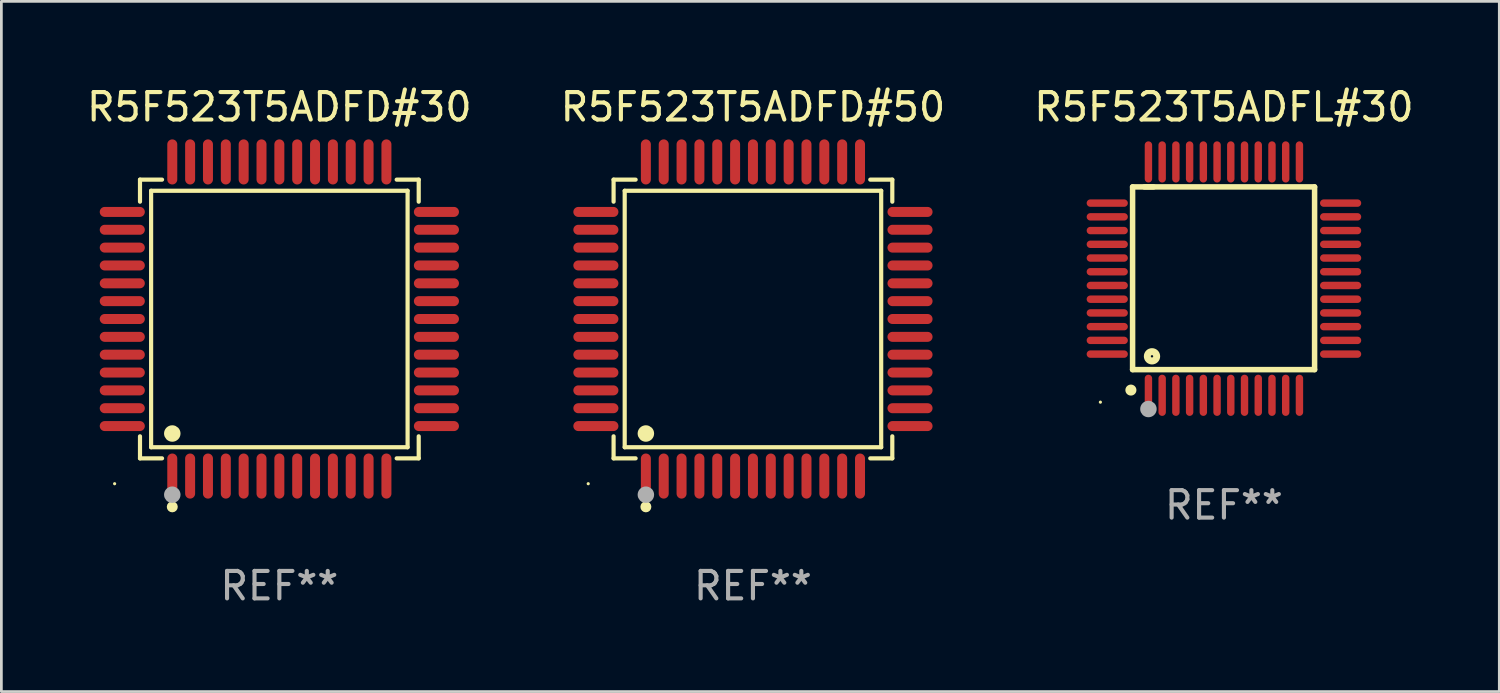
<source format=kicad_pcb>
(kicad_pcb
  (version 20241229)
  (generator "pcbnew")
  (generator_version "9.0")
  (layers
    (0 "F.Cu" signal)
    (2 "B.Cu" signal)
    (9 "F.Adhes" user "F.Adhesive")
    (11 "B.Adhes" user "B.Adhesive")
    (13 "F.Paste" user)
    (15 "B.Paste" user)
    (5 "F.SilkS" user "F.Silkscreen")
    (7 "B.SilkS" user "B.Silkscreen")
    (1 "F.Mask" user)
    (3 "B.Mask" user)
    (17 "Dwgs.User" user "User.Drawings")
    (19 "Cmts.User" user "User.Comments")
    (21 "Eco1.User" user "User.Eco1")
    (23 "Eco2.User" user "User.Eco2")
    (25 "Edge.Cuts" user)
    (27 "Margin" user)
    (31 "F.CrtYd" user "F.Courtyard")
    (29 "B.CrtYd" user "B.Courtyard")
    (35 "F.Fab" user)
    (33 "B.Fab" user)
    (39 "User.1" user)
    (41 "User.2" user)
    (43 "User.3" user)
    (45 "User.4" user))
  (footprint "R5F523T5ADFL#30"
    (layer "F.Cu")
    (at 41.53 7.098)
    (property "Reference" "R5F523T5ADFL#30" (at 0 -6.25 0) (layer "F.SilkS") (effects (font (size 1 1) (thickness 0.15))))
    (attr through_hole)
    (fp_line (start -3.327 -3.34) (end -2.565 -3.34) (stroke (width 0.2) (type solid)) (layer "F.SilkS"))
    (fp_line (start -3.327 3.315) (end -3.327 -3.34) (stroke (width 0.2) (type solid)) (layer "F.SilkS"))
    (fp_line (start -2.896 -3.34) (end 3.302 -3.34) (stroke (width 0.2) (type solid)) (layer "F.SilkS"))
    (fp_line (start 3.302 -3.34) (end 3.302 3.315) (stroke (width 0.2) (type solid)) (layer "F.SilkS"))
    (fp_line (start 3.302 3.315) (end -3.327 3.315) (stroke (width 0.2) (type solid)) (layer "F.SilkS"))
    (fp_arc (start -3.389992 4.059995) (mid -3.388722 4.059991) (end -3.387452 4.059995) (stroke (width 0.4) (type solid)) (layer "F.SilkS"))
    (fp_circle (center -4.5 4.5) (end -4.47 4.5) (stroke (width 0.06) (type solid)) (fill no) (layer "F.SilkS"))
    (fp_circle (center -2.62 2.83) (end -2.45 2.83) (stroke (width 0.254) (type solid)) (fill no) (layer "F.SilkS"))
    (fp_circle (center -2.75 4.75) (end -2.6 4.75) (stroke (width 0.3) (type solid)) (fill no) (layer "F.Fab"))
    (fp_text user "REF**" (at 0 8.25 0) (layer "F.Fab") (effects (font (size 1 1) (thickness 0.15))))
    (pad "1" smd oval (at -2.75 4.25) (size 0.27 1.5) (layers "F.Cu" "F.Mask" "F.Paste"))
    (pad "2" smd oval (at -2.25 4.25) (size 0.27 1.5) (layers "F.Cu" "F.Mask" "F.Paste"))
    (pad "3" smd oval (at -1.75 4.25) (size 0.27 1.5) (layers "F.Cu" "F.Mask" "F.Paste"))
    (pad "4" smd oval (at -1.25 4.25) (size 0.27 1.5) (layers "F.Cu" "F.Mask" "F.Paste"))
    (pad "5" smd oval (at -0.75 4.25) (size 0.27 1.5) (layers "F.Cu" "F.Mask" "F.Paste"))
    (pad "6" smd oval (at -0.25 4.25) (size 0.27 1.5) (layers "F.Cu" "F.Mask" "F.Paste"))
    (pad "7" smd oval (at 0.25 4.25) (size 0.27 1.5) (layers "F.Cu" "F.Mask" "F.Paste"))
    (pad "8" smd oval (at 0.75 4.25) (size 0.27 1.5) (layers "F.Cu" "F.Mask" "F.Paste"))
    (pad "9" smd oval (at 1.25 4.25) (size 0.27 1.5) (layers "F.Cu" "F.Mask" "F.Paste"))
    (pad "10" smd oval (at 1.75 4.25) (size 0.27 1.5) (layers "F.Cu" "F.Mask" "F.Paste"))
    (pad "11" smd oval (at 2.25 4.25) (size 0.27 1.5) (layers "F.Cu" "F.Mask" "F.Paste"))
    (pad "12" smd oval (at 2.75 4.25) (size 0.27 1.5) (layers "F.Cu" "F.Mask" "F.Paste"))
    (pad "13" smd oval (at 4.25 2.75) (size 1.5 0.27) (layers "F.Cu" "F.Mask" "F.Paste"))
    (pad "14" smd oval (at 4.25 2.25) (size 1.5 0.27) (layers "F.Cu" "F.Mask" "F.Paste"))
    (pad "15" smd oval (at 4.25 1.75) (size 1.5 0.27) (layers "F.Cu" "F.Mask" "F.Paste"))
    (pad "16" smd oval (at 4.25 1.25) (size 1.5 0.27) (layers "F.Cu" "F.Mask" "F.Paste"))
    (pad "17" smd oval (at 4.25 0.75) (size 1.5 0.27) (layers "F.Cu" "F.Mask" "F.Paste"))
    (pad "18" smd oval (at 4.25 0.25) (size 1.5 0.27) (layers "F.Cu" "F.Mask" "F.Paste"))
    (pad "19" smd oval (at 4.25 -0.25) (size 1.5 0.27) (layers "F.Cu" "F.Mask" "F.Paste"))
    (pad "20" smd oval (at 4.25 -0.75) (size 1.5 0.27) (layers "F.Cu" "F.Mask" "F.Paste"))
    (pad "21" smd oval (at 4.25 -1.25) (size 1.5 0.27) (layers "F.Cu" "F.Mask" "F.Paste"))
    (pad "22" smd oval (at 4.25 -1.75) (size 1.5 0.27) (layers "F.Cu" "F.Mask" "F.Paste"))
    (pad "23" smd oval (at 4.25 -2.25) (size 1.5 0.27) (layers "F.Cu" "F.Mask" "F.Paste"))
    (pad "24" smd oval (at 4.25 -2.75) (size 1.5 0.27) (layers "F.Cu" "F.Mask" "F.Paste"))
    (pad "25" smd oval (at 2.75 -4.25) (size 0.27 1.5) (layers "F.Cu" "F.Mask" "F.Paste"))
    (pad "26" smd oval (at 2.25 -4.25) (size 0.27 1.5) (layers "F.Cu" "F.Mask" "F.Paste"))
    (pad "27" smd oval (at 1.75 -4.25) (size 0.27 1.5) (layers "F.Cu" "F.Mask" "F.Paste"))
    (pad "28" smd oval (at 1.25 -4.25) (size 0.27 1.5) (layers "F.Cu" "F.Mask" "F.Paste"))
    (pad "29" smd oval (at 0.75 -4.25) (size 0.27 1.5) (layers "F.Cu" "F.Mask" "F.Paste"))
    (pad "30" smd oval (at 0.25 -4.25) (size 0.27 1.5) (layers "F.Cu" "F.Mask" "F.Paste"))
    (pad "31" smd oval (at -0.25 -4.25) (size 0.27 1.5) (layers "F.Cu" "F.Mask" "F.Paste"))
    (pad "32" smd oval (at -0.75 -4.25) (size 0.27 1.5) (layers "F.Cu" "F.Mask" "F.Paste"))
    (pad "33" smd oval (at -1.25 -4.25) (size 0.27 1.5) (layers "F.Cu" "F.Mask" "F.Paste"))
    (pad "34" smd oval (at -1.75 -4.25) (size 0.27 1.5) (layers "F.Cu" "F.Mask" "F.Paste"))
    (pad "35" smd oval (at -2.25 -4.25) (size 0.27 1.5) (layers "F.Cu" "F.Mask" "F.Paste"))
    (pad "36" smd oval (at -2.75 -4.25) (size 0.27 1.5) (layers "F.Cu" "F.Mask" "F.Paste"))
    (pad "37" smd oval (at -4.25 -2.75) (size 1.5 0.27) (layers "F.Cu" "F.Mask" "F.Paste"))
    (pad "38" smd oval (at -4.25 -2.25) (size 1.5 0.27) (layers "F.Cu" "F.Mask" "F.Paste"))
    (pad "39" smd oval (at -4.25 -1.75) (size 1.5 0.27) (layers "F.Cu" "F.Mask" "F.Paste"))
    (pad "40" smd oval (at -4.25 -1.25) (size 1.5 0.27) (layers "F.Cu" "F.Mask" "F.Paste"))
    (pad "41" smd oval (at -4.25 -0.75) (size 1.5 0.27) (layers "F.Cu" "F.Mask" "F.Paste"))
    (pad "42" smd oval (at -4.25 -0.25) (size 1.5 0.27) (layers "F.Cu" "F.Mask" "F.Paste"))
    (pad "43" smd oval (at -4.25 0.25) (size 1.5 0.27) (layers "F.Cu" "F.Mask" "F.Paste"))
    (pad "44" smd oval (at -4.25 0.75) (size 1.5 0.27) (layers "F.Cu" "F.Mask" "F.Paste"))
    (pad "45" smd oval (at -4.25 1.25) (size 1.5 0.27) (layers "F.Cu" "F.Mask" "F.Paste"))
    (pad "46" smd oval (at -4.25 1.75) (size 1.5 0.27) (layers "F.Cu" "F.Mask" "F.Paste"))
    (pad "47" smd oval (at -4.25 2.25) (size 1.5 0.27) (layers "F.Cu" "F.Mask" "F.Paste"))
    (pad "48" smd oval (at -4.25 2.75) (size 1.5 0.27) (layers "F.Cu" "F.Mask" "F.Paste")))
  (footprint "R5F523T5ADFD#50"
    (layer "F.Cu")
    (at 24.375 8.569)
    (property "Reference" "R5F523T5ADFD#50" (at 0 -7.721 0) (layer "F.SilkS") (effects (font (size 1 1) (thickness 0.15))))
    (attr through_hole)
    (fp_line (start -5.076 -5.076) (end -4.273 -5.076) (stroke (width 0.152) (type solid)) (layer "F.SilkS"))
    (fp_line (start -5.076 -4.273) (end -5.076 -5.076) (stroke (width 0.152) (type solid)) (layer "F.SilkS"))
    (fp_line (start -5.076 4.273) (end -5.076 5.076) (stroke (width 0.152) (type solid)) (layer "F.SilkS"))
    (fp_line (start -5.076 5.076) (end -4.273 5.076) (stroke (width 0.152) (type solid)) (layer "F.SilkS"))
    (fp_line (start -4.671 -4.671) (end 4.671 -4.671) (stroke (width 0.152) (type solid)) (layer "F.SilkS"))
    (fp_line (start -4.671 4.671) (end -4.671 -4.671) (stroke (width 0.152) (type solid)) (layer "F.SilkS"))
    (fp_line (start 4.671 -4.671) (end 4.671 4.671) (stroke (width 0.152) (type solid)) (layer "F.SilkS"))
    (fp_line (start 4.671 4.671) (end -4.671 4.671) (stroke (width 0.152) (type solid)) (layer "F.SilkS"))
    (fp_line (start 5.076 -5.076) (end 4.273 -5.076) (stroke (width 0.152) (type solid)) (layer "F.SilkS"))
    (fp_line (start 5.076 -4.273) (end 5.076 -5.076) (stroke (width 0.152) (type solid)) (layer "F.SilkS"))
    (fp_line (start 5.076 4.273) (end 5.076 5.076) (stroke (width 0.152) (type solid)) (layer "F.SilkS"))
    (fp_line (start 5.076 5.076) (end 4.273 5.076) (stroke (width 0.152) (type solid)) (layer "F.SilkS"))
    (fp_circle (center -6 6) (end -5.97 6) (stroke (width 0.06) (type solid)) (fill no) (layer "F.SilkS"))
    (fp_circle (center -3.9 4.171) (end -3.75 4.171) (stroke (width 0.3) (type solid)) (fill no) (layer "F.SilkS"))
    (fp_circle (center -3.9 6.842) (end -3.8 6.842) (stroke (width 0.2) (type solid)) (fill no) (layer "F.SilkS"))
    (fp_circle (center -3.9 6.4) (end -3.75 6.4) (stroke (width 0.3) (type solid)) (fill no) (layer "F.Fab"))
    (fp_text user "REF**" (at 0 9.721 0) (layer "F.Fab") (effects (font (size 1 1) (thickness 0.15))))
    (pad "1" smd oval (at -3.9 5.721) (size 0.364 1.642) (layers "F.Cu" "F.Mask" "F.Paste"))
    (pad "2" smd oval (at -3.25 5.721) (size 0.364 1.642) (layers "F.Cu" "F.Mask" "F.Paste"))
    (pad "3" smd oval (at -2.6 5.721) (size 0.364 1.642) (layers "F.Cu" "F.Mask" "F.Paste"))
    (pad "4" smd oval (at -1.95 5.721) (size 0.364 1.642) (layers "F.Cu" "F.Mask" "F.Paste"))
    (pad "5" smd oval (at -1.3 5.721) (size 0.364 1.642) (layers "F.Cu" "F.Mask" "F.Paste"))
    (pad "6" smd oval (at -0.65 5.721) (size 0.364 1.642) (layers "F.Cu" "F.Mask" "F.Paste"))
    (pad "7" smd oval (at 0 5.721) (size 0.364 1.642) (layers "F.Cu" "F.Mask" "F.Paste"))
    (pad "8" smd oval (at 0.65 5.721) (size 0.364 1.642) (layers "F.Cu" "F.Mask" "F.Paste"))
    (pad "9" smd oval (at 1.3 5.721) (size 0.364 1.642) (layers "F.Cu" "F.Mask" "F.Paste"))
    (pad "10" smd oval (at 1.95 5.721) (size 0.364 1.642) (layers "F.Cu" "F.Mask" "F.Paste"))
    (pad "11" smd oval (at 2.6 5.721) (size 0.364 1.642) (layers "F.Cu" "F.Mask" "F.Paste"))
    (pad "12" smd oval (at 3.25 5.721) (size 0.364 1.642) (layers "F.Cu" "F.Mask" "F.Paste"))
    (pad "13" smd oval (at 3.9 5.721) (size 0.364 1.642) (layers "F.Cu" "F.Mask" "F.Paste"))
    (pad "14" smd oval (at 5.721 3.9) (size 1.642 0.364) (layers "F.Cu" "F.Mask" "F.Paste"))
    (pad "15" smd oval (at 5.721 3.25) (size 1.642 0.364) (layers "F.Cu" "F.Mask" "F.Paste"))
    (pad "16" smd oval (at 5.721 2.6) (size 1.642 0.364) (layers "F.Cu" "F.Mask" "F.Paste"))
    (pad "17" smd oval (at 5.721 1.95) (size 1.642 0.364) (layers "F.Cu" "F.Mask" "F.Paste"))
    (pad "18" smd oval (at 5.721 1.3) (size 1.642 0.364) (layers "F.Cu" "F.Mask" "F.Paste"))
    (pad "19" smd oval (at 5.721 0.65) (size 1.642 0.364) (layers "F.Cu" "F.Mask" "F.Paste"))
    (pad "20" smd oval (at 5.721 0) (size 1.642 0.364) (layers "F.Cu" "F.Mask" "F.Paste"))
    (pad "21" smd oval (at 5.721 -0.65) (size 1.642 0.364) (layers "F.Cu" "F.Mask" "F.Paste"))
    (pad "22" smd oval (at 5.721 -1.3) (size 1.642 0.364) (layers "F.Cu" "F.Mask" "F.Paste"))
    (pad "23" smd oval (at 5.721 -1.95) (size 1.642 0.364) (layers "F.Cu" "F.Mask" "F.Paste"))
    (pad "24" smd oval (at 5.721 -2.6) (size 1.642 0.364) (layers "F.Cu" "F.Mask" "F.Paste"))
    (pad "25" smd oval (at 5.721 -3.25) (size 1.642 0.364) (layers "F.Cu" "F.Mask" "F.Paste"))
    (pad "26" smd oval (at 5.721 -3.9) (size 1.642 0.364) (layers "F.Cu" "F.Mask" "F.Paste"))
    (pad "27" smd oval (at 3.9 -5.721) (size 0.364 1.642) (layers "F.Cu" "F.Mask" "F.Paste"))
    (pad "28" smd oval (at 3.25 -5.721) (size 0.364 1.642) (layers "F.Cu" "F.Mask" "F.Paste"))
    (pad "29" smd oval (at 2.6 -5.721) (size 0.364 1.642) (layers "F.Cu" "F.Mask" "F.Paste"))
    (pad "30" smd oval (at 1.95 -5.721) (size 0.364 1.642) (layers "F.Cu" "F.Mask" "F.Paste"))
    (pad "31" smd oval (at 1.3 -5.721) (size 0.364 1.642) (layers "F.Cu" "F.Mask" "F.Paste"))
    (pad "32" smd oval (at 0.65 -5.721) (size 0.364 1.642) (layers "F.Cu" "F.Mask" "F.Paste"))
    (pad "33" smd oval (at 0 -5.721) (size 0.364 1.642) (layers "F.Cu" "F.Mask" "F.Paste"))
    (pad "34" smd oval (at -0.65 -5.721) (size 0.364 1.642) (layers "F.Cu" "F.Mask" "F.Paste"))
    (pad "35" smd oval (at -1.3 -5.721) (size 0.364 1.642) (layers "F.Cu" "F.Mask" "F.Paste"))
    (pad "36" smd oval (at -1.95 -5.721) (size 0.364 1.642) (layers "F.Cu" "F.Mask" "F.Paste"))
    (pad "37" smd oval (at -2.6 -5.721) (size 0.364 1.642) (layers "F.Cu" "F.Mask" "F.Paste"))
    (pad "38" smd oval (at -3.25 -5.721) (size 0.364 1.642) (layers "F.Cu" "F.Mask" "F.Paste"))
    (pad "39" smd oval (at -3.9 -5.721) (size 0.364 1.642) (layers "F.Cu" "F.Mask" "F.Paste"))
    (pad "40" smd oval (at -5.721 -3.9) (size 1.642 0.364) (layers "F.Cu" "F.Mask" "F.Paste"))
    (pad "41" smd oval (at -5.721 -3.25) (size 1.642 0.364) (layers "F.Cu" "F.Mask" "F.Paste"))
    (pad "42" smd oval (at -5.721 -2.6) (size 1.642 0.364) (layers "F.Cu" "F.Mask" "F.Paste"))
    (pad "43" smd oval (at -5.721 -1.95) (size 1.642 0.364) (layers "F.Cu" "F.Mask" "F.Paste"))
    (pad "44" smd oval (at -5.721 -1.3) (size 1.642 0.364) (layers "F.Cu" "F.Mask" "F.Paste"))
    (pad "45" smd oval (at -5.721 -0.65) (size 1.642 0.364) (layers "F.Cu" "F.Mask" "F.Paste"))
    (pad "46" smd oval (at -5.721 0) (size 1.642 0.364) (layers "F.Cu" "F.Mask" "F.Paste"))
    (pad "47" smd oval (at -5.721 0.65) (size 1.642 0.364) (layers "F.Cu" "F.Mask" "F.Paste"))
    (pad "48" smd oval (at -5.721 1.3) (size 1.642 0.364) (layers "F.Cu" "F.Mask" "F.Paste"))
    (pad "49" smd oval (at -5.721 1.95) (size 1.642 0.364) (layers "F.Cu" "F.Mask" "F.Paste"))
    (pad "50" smd oval (at -5.721 2.6) (size 1.642 0.364) (layers "F.Cu" "F.Mask" "F.Paste"))
    (pad "51" smd oval (at -5.721 3.25) (size 1.642 0.364) (layers "F.Cu" "F.Mask" "F.Paste"))
    (pad "52" smd oval (at -5.721 3.9) (size 1.642 0.364) (layers "F.Cu" "F.Mask" "F.Paste")))
  (footprint "R5F523T5ADFD#30"
    (layer "F.Cu")
    (at 7.125 8.569)
    (property "Reference" "R5F523T5ADFD#30" (at 0 -7.721 0) (layer "F.SilkS") (effects (font (size 1 1) (thickness 0.15))))
    (attr through_hole)
    (fp_line (start -5.076 -5.076) (end -4.273 -5.076) (stroke (width 0.152) (type solid)) (layer "F.SilkS"))
    (fp_line (start -5.076 -4.273) (end -5.076 -5.076) (stroke (width 0.152) (type solid)) (layer "F.SilkS"))
    (fp_line (start -5.076 4.273) (end -5.076 5.076) (stroke (width 0.152) (type solid)) (layer "F.SilkS"))
    (fp_line (start -5.076 5.076) (end -4.273 5.076) (stroke (width 0.152) (type solid)) (layer "F.SilkS"))
    (fp_line (start -4.671 -4.671) (end 4.671 -4.671) (stroke (width 0.152) (type solid)) (layer "F.SilkS"))
    (fp_line (start -4.671 4.671) (end -4.671 -4.671) (stroke (width 0.152) (type solid)) (layer "F.SilkS"))
    (fp_line (start 4.671 -4.671) (end 4.671 4.671) (stroke (width 0.152) (type solid)) (layer "F.SilkS"))
    (fp_line (start 4.671 4.671) (end -4.671 4.671) (stroke (width 0.152) (type solid)) (layer "F.SilkS"))
    (fp_line (start 5.076 -5.076) (end 4.273 -5.076) (stroke (width 0.152) (type solid)) (layer "F.SilkS"))
    (fp_line (start 5.076 -4.273) (end 5.076 -5.076) (stroke (width 0.152) (type solid)) (layer "F.SilkS"))
    (fp_line (start 5.076 4.273) (end 5.076 5.076) (stroke (width 0.152) (type solid)) (layer "F.SilkS"))
    (fp_line (start 5.076 5.076) (end 4.273 5.076) (stroke (width 0.152) (type solid)) (layer "F.SilkS"))
    (fp_circle (center -6 6) (end -5.97 6) (stroke (width 0.06) (type solid)) (fill no) (layer "F.SilkS"))
    (fp_circle (center -3.9 4.171) (end -3.75 4.171) (stroke (width 0.3) (type solid)) (fill no) (layer "F.SilkS"))
    (fp_circle (center -3.9 6.842) (end -3.8 6.842) (stroke (width 0.2) (type solid)) (fill no) (layer "F.SilkS"))
    (fp_circle (center -3.9 6.4) (end -3.75 6.4) (stroke (width 0.3) (type solid)) (fill no) (layer "F.Fab"))
    (fp_text user "REF**" (at 0 9.721 0) (layer "F.Fab") (effects (font (size 1 1) (thickness 0.15))))
    (pad "1" smd oval (at -3.9 5.721) (size 0.364 1.642) (layers "F.Cu" "F.Mask" "F.Paste"))
    (pad "2" smd oval (at -3.25 5.721) (size 0.364 1.642) (layers "F.Cu" "F.Mask" "F.Paste"))
    (pad "3" smd oval (at -2.6 5.721) (size 0.364 1.642) (layers "F.Cu" "F.Mask" "F.Paste"))
    (pad "4" smd oval (at -1.95 5.721) (size 0.364 1.642) (layers "F.Cu" "F.Mask" "F.Paste"))
    (pad "5" smd oval (at -1.3 5.721) (size 0.364 1.642) (layers "F.Cu" "F.Mask" "F.Paste"))
    (pad "6" smd oval (at -0.65 5.721) (size 0.364 1.642) (layers "F.Cu" "F.Mask" "F.Paste"))
    (pad "7" smd oval (at 0 5.721) (size 0.364 1.642) (layers "F.Cu" "F.Mask" "F.Paste"))
    (pad "8" smd oval (at 0.65 5.721) (size 0.364 1.642) (layers "F.Cu" "F.Mask" "F.Paste"))
    (pad "9" smd oval (at 1.3 5.721) (size 0.364 1.642) (layers "F.Cu" "F.Mask" "F.Paste"))
    (pad "10" smd oval (at 1.95 5.721) (size 0.364 1.642) (layers "F.Cu" "F.Mask" "F.Paste"))
    (pad "11" smd oval (at 2.6 5.721) (size 0.364 1.642) (layers "F.Cu" "F.Mask" "F.Paste"))
    (pad "12" smd oval (at 3.25 5.721) (size 0.364 1.642) (layers "F.Cu" "F.Mask" "F.Paste"))
    (pad "13" smd oval (at 3.9 5.721) (size 0.364 1.642) (layers "F.Cu" "F.Mask" "F.Paste"))
    (pad "14" smd oval (at 5.721 3.9) (size 1.642 0.364) (layers "F.Cu" "F.Mask" "F.Paste"))
    (pad "15" smd oval (at 5.721 3.25) (size 1.642 0.364) (layers "F.Cu" "F.Mask" "F.Paste"))
    (pad "16" smd oval (at 5.721 2.6) (size 1.642 0.364) (layers "F.Cu" "F.Mask" "F.Paste"))
    (pad "17" smd oval (at 5.721 1.95) (size 1.642 0.364) (layers "F.Cu" "F.Mask" "F.Paste"))
    (pad "18" smd oval (at 5.721 1.3) (size 1.642 0.364) (layers "F.Cu" "F.Mask" "F.Paste"))
    (pad "19" smd oval (at 5.721 0.65) (size 1.642 0.364) (layers "F.Cu" "F.Mask" "F.Paste"))
    (pad "20" smd oval (at 5.721 0) (size 1.642 0.364) (layers "F.Cu" "F.Mask" "F.Paste"))
    (pad "21" smd oval (at 5.721 -0.65) (size 1.642 0.364) (layers "F.Cu" "F.Mask" "F.Paste"))
    (pad "22" smd oval (at 5.721 -1.3) (size 1.642 0.364) (layers "F.Cu" "F.Mask" "F.Paste"))
    (pad "23" smd oval (at 5.721 -1.95) (size 1.642 0.364) (layers "F.Cu" "F.Mask" "F.Paste"))
    (pad "24" smd oval (at 5.721 -2.6) (size 1.642 0.364) (layers "F.Cu" "F.Mask" "F.Paste"))
    (pad "25" smd oval (at 5.721 -3.25) (size 1.642 0.364) (layers "F.Cu" "F.Mask" "F.Paste"))
    (pad "26" smd oval (at 5.721 -3.9) (size 1.642 0.364) (layers "F.Cu" "F.Mask" "F.Paste"))
    (pad "27" smd oval (at 3.9 -5.721) (size 0.364 1.642) (layers "F.Cu" "F.Mask" "F.Paste"))
    (pad "28" smd oval (at 3.25 -5.721) (size 0.364 1.642) (layers "F.Cu" "F.Mask" "F.Paste"))
    (pad "29" smd oval (at 2.6 -5.721) (size 0.364 1.642) (layers "F.Cu" "F.Mask" "F.Paste"))
    (pad "30" smd oval (at 1.95 -5.721) (size 0.364 1.642) (layers "F.Cu" "F.Mask" "F.Paste"))
    (pad "31" smd oval (at 1.3 -5.721) (size 0.364 1.642) (layers "F.Cu" "F.Mask" "F.Paste"))
    (pad "32" smd oval (at 0.65 -5.721) (size 0.364 1.642) (layers "F.Cu" "F.Mask" "F.Paste"))
    (pad "33" smd oval (at 0 -5.721) (size 0.364 1.642) (layers "F.Cu" "F.Mask" "F.Paste"))
    (pad "34" smd oval (at -0.65 -5.721) (size 0.364 1.642) (layers "F.Cu" "F.Mask" "F.Paste"))
    (pad "35" smd oval (at -1.3 -5.721) (size 0.364 1.642) (layers "F.Cu" "F.Mask" "F.Paste"))
    (pad "36" smd oval (at -1.95 -5.721) (size 0.364 1.642) (layers "F.Cu" "F.Mask" "F.Paste"))
    (pad "37" smd oval (at -2.6 -5.721) (size 0.364 1.642) (layers "F.Cu" "F.Mask" "F.Paste"))
    (pad "38" smd oval (at -3.25 -5.721) (size 0.364 1.642) (layers "F.Cu" "F.Mask" "F.Paste"))
    (pad "39" smd oval (at -3.9 -5.721) (size 0.364 1.642) (layers "F.Cu" "F.Mask" "F.Paste"))
    (pad "40" smd oval (at -5.721 -3.9) (size 1.642 0.364) (layers "F.Cu" "F.Mask" "F.Paste"))
    (pad "41" smd oval (at -5.721 -3.25) (size 1.642 0.364) (layers "F.Cu" "F.Mask" "F.Paste"))
    (pad "42" smd oval (at -5.721 -2.6) (size 1.642 0.364) (layers "F.Cu" "F.Mask" "F.Paste"))
    (pad "43" smd oval (at -5.721 -1.95) (size 1.642 0.364) (layers "F.Cu" "F.Mask" "F.Paste"))
    (pad "44" smd oval (at -5.721 -1.3) (size 1.642 0.364) (layers "F.Cu" "F.Mask" "F.Paste"))
    (pad "45" smd oval (at -5.721 -0.65) (size 1.642 0.364) (layers "F.Cu" "F.Mask" "F.Paste"))
    (pad "46" smd oval (at -5.721 0) (size 1.642 0.364) (layers "F.Cu" "F.Mask" "F.Paste"))
    (pad "47" smd oval (at -5.721 0.65) (size 1.642 0.364) (layers "F.Cu" "F.Mask" "F.Paste"))
    (pad "48" smd oval (at -5.721 1.3) (size 1.642 0.364) (layers "F.Cu" "F.Mask" "F.Paste"))
    (pad "49" smd oval (at -5.721 1.95) (size 1.642 0.364) (layers "F.Cu" "F.Mask" "F.Paste"))
    (pad "50" smd oval (at -5.721 2.6) (size 1.642 0.364) (layers "F.Cu" "F.Mask" "F.Paste"))
    (pad "51" smd oval (at -5.721 3.25) (size 1.642 0.364) (layers "F.Cu" "F.Mask" "F.Paste"))
    (pad "52" smd oval (at -5.721 3.9) (size 1.642 0.364) (layers "F.Cu" "F.Mask" "F.Paste")))
  (gr_rect
    (start -3 -3)
    (end 51.56 22.139)
    (stroke (width 0.1) (type default))
    (fill no)
    (layer "Edge.Cuts")))
</source>
